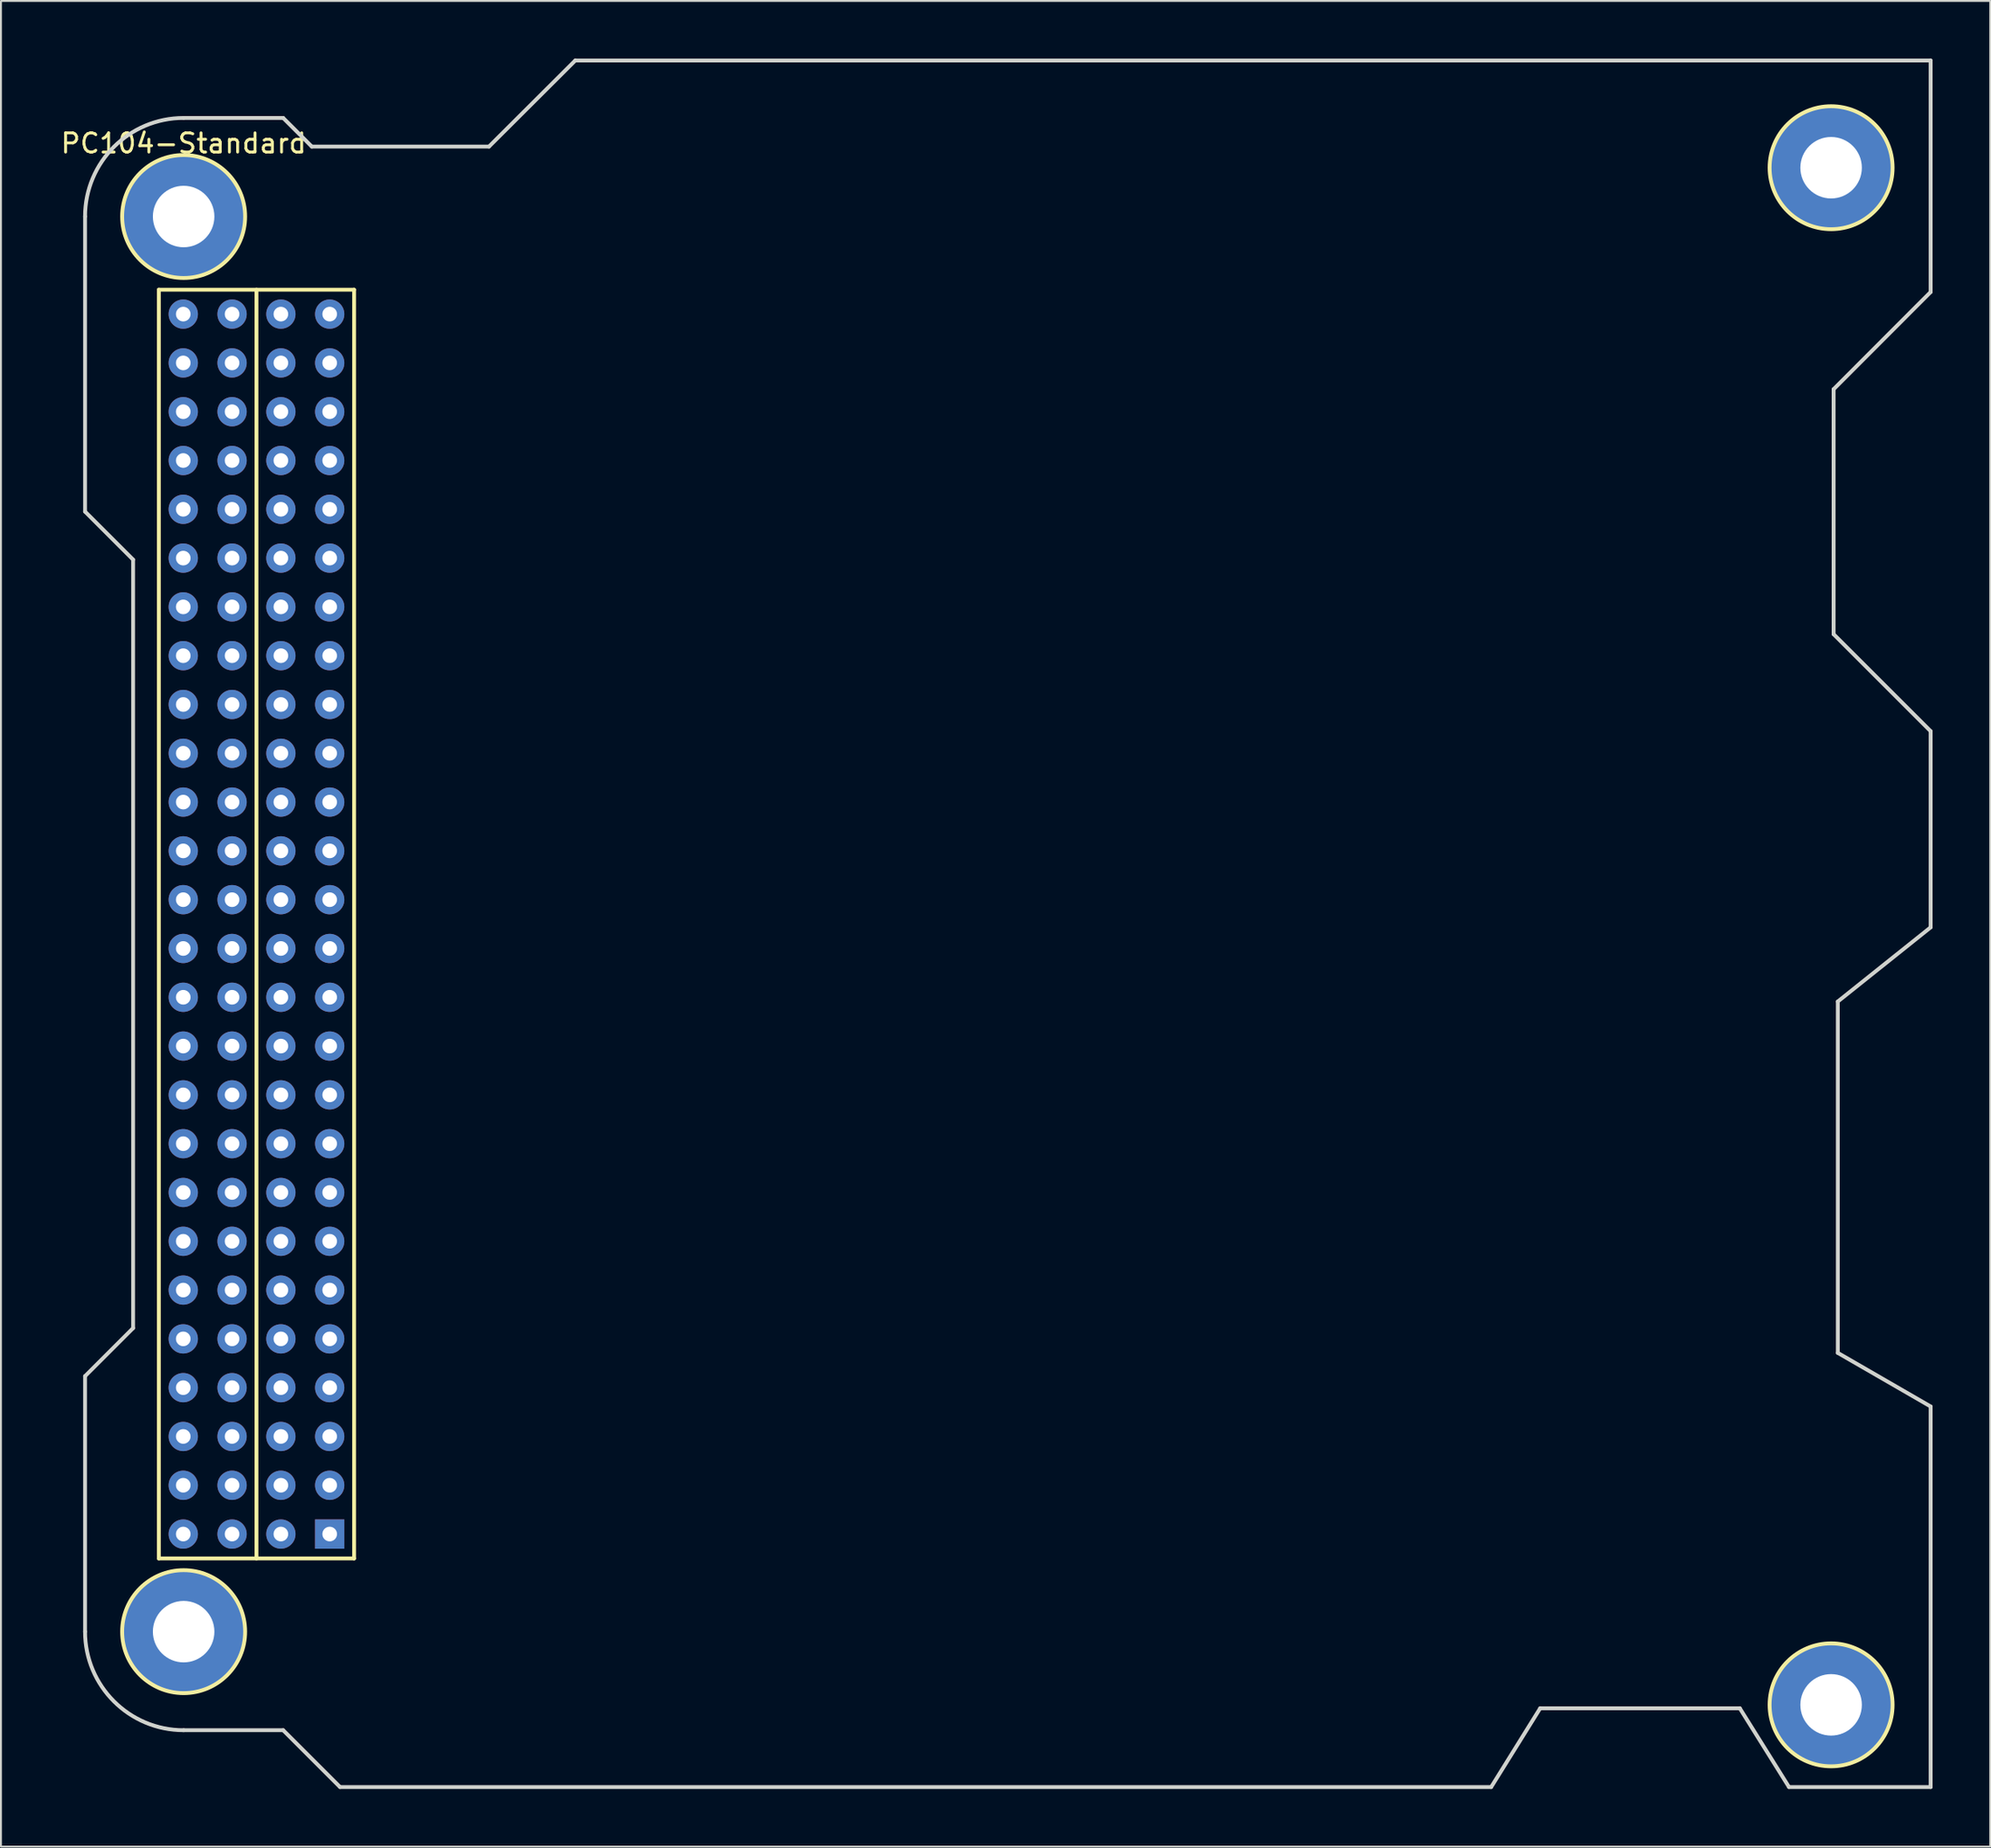
<source format=kicad_pcb>
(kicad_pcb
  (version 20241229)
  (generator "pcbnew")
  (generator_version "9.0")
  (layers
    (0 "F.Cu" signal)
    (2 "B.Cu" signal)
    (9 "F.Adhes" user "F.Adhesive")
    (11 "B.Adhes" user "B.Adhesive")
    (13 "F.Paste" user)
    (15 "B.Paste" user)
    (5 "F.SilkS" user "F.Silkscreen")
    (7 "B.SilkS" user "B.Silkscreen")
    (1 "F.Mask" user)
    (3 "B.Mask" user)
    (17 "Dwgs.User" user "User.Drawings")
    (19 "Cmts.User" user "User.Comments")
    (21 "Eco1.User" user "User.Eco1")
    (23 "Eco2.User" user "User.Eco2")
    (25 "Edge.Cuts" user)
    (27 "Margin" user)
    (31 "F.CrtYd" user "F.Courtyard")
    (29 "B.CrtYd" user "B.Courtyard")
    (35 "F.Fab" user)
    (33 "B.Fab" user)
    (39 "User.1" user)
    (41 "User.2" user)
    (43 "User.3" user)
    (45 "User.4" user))
  (footprint "PC104-Standard"
    (layer "F.Cu")
    (at 6.506 81.88)
    (property "Reference" "PC104-Standard" (at 0 -77.47 0) (layer "F.SilkS") (effects (font (size 1 1) (thickness 0.15))))
    (attr through_hole)
    (fp_line (start -1.29 -69.85) (end 8.87 -69.85) (stroke (width 0.2) (type solid)) (layer "F.SilkS"))
    (fp_line (start -1.29 -3.81) (end -1.29 -69.85) (stroke (width 0.2) (type solid)) (layer "F.SilkS"))
    (fp_line (start 3.79 -69.85) (end 3.79 -3.81) (stroke (width 0.2) (type solid)) (layer "F.SilkS"))
    (fp_line (start 8.87 -69.85) (end 8.87 -3.81) (stroke (width 0.2) (type solid)) (layer "F.SilkS"))
    (fp_line (start 8.87 -3.81) (end -1.29 -3.81) (stroke (width 0.2) (type solid)) (layer "F.SilkS"))
    (fp_circle (center 0 -73.66) (end 3.2 -73.66) (stroke (width 0.2) (type solid)) (fill no) (layer "F.SilkS"))
    (fp_circle (center 0 0) (end 3.2 0) (stroke (width 0.2) (type solid)) (fill no) (layer "F.SilkS"))
    (fp_circle (center 85.73 -76.2) (end 88.93 -76.2) (stroke (width 0.2) (type solid)) (fill no) (layer "F.SilkS"))
    (fp_circle (center 85.73 3.81) (end 88.93 3.81) (stroke (width 0.2) (type solid)) (fill no) (layer "F.SilkS"))
    (fp_line (start -5.13 -58.3) (end -5.13 -73.66) (stroke (width 0.2) (type solid)) (layer "Edge.Cuts"))
    (fp_line (start -5.13 -13.3) (end -5.13 0) (stroke (width 0.2) (type solid)) (layer "Edge.Cuts"))
    (fp_line (start -5.13 -13.3) (end -2.63 -15.8) (stroke (width 0.2) (type solid)) (layer "Edge.Cuts"))
    (fp_line (start -2.63 -55.8) (end -5.13 -58.3) (stroke (width 0.2) (type solid)) (layer "Edge.Cuts"))
    (fp_line (start -2.63 -15.8) (end -2.63 -55.8) (stroke (width 0.2) (type solid)) (layer "Edge.Cuts"))
    (fp_line (start 5.18 -78.79) (end 0 -78.79) (stroke (width 0.2) (type solid)) (layer "Edge.Cuts"))
    (fp_line (start 5.18 -78.79) (end 6.67 -77.3) (stroke (width 0.2) (type solid)) (layer "Edge.Cuts"))
    (fp_line (start 5.18 5.13) (end 0 5.13) (stroke (width 0.2) (type solid)) (layer "Edge.Cuts"))
    (fp_line (start 6.67 -77.3) (end 15.89 -77.3) (stroke (width 0.2) (type solid)) (layer "Edge.Cuts"))
    (fp_line (start 8.14 8.09) (end 5.18 5.13) (stroke (width 0.2) (type solid)) (layer "Edge.Cuts"))
    (fp_line (start 15.89 -77.3) (end 20.38 -81.78) (stroke (width 0.2) (type solid)) (layer "Edge.Cuts"))
    (fp_line (start 20.38 -81.78) (end 90.91 -81.78) (stroke (width 0.2) (type solid)) (layer "Edge.Cuts"))
    (fp_line (start 68.04 8.09) (end 8.14 8.09) (stroke (width 0.2) (type solid)) (layer "Edge.Cuts"))
    (fp_line (start 70.59 3.99) (end 68.04 8.09) (stroke (width 0.2) (type solid)) (layer "Edge.Cuts"))
    (fp_line (start 80.98 3.99) (end 70.59 3.99) (stroke (width 0.2) (type solid)) (layer "Edge.Cuts"))
    (fp_line (start 83.54 8.09) (end 80.98 3.99) (stroke (width 0.2) (type solid)) (layer "Edge.Cuts"))
    (fp_line (start 85.86 -64.67) (end 85.86 -51.92) (stroke (width 0.2) (type solid)) (layer "Edge.Cuts"))
    (fp_line (start 85.86 -51.92) (end 90.91 -46.87) (stroke (width 0.2) (type solid)) (layer "Edge.Cuts"))
    (fp_line (start 86.08 -32.8) (end 86.08 -14.51) (stroke (width 0.2) (type solid)) (layer "Edge.Cuts"))
    (fp_line (start 86.08 -14.51) (end 90.91 -11.72) (stroke (width 0.2) (type solid)) (layer "Edge.Cuts"))
    (fp_line (start 90.91 -81.78) (end 90.91 -69.73) (stroke (width 0.2) (type solid)) (layer "Edge.Cuts"))
    (fp_line (start 90.91 -69.73) (end 85.86 -64.67) (stroke (width 0.2) (type solid)) (layer "Edge.Cuts"))
    (fp_line (start 90.91 -46.87) (end 90.91 -36.66) (stroke (width 0.2) (type solid)) (layer "Edge.Cuts"))
    (fp_line (start 90.91 -36.66) (end 86.08 -32.8) (stroke (width 0.2) (type solid)) (layer "Edge.Cuts"))
    (fp_line (start 90.91 -11.72) (end 90.91 8.09) (stroke (width 0.2) (type solid)) (layer "Edge.Cuts"))
    (fp_line (start 90.91 8.09) (end 83.54 8.09) (stroke (width 0.2) (type solid)) (layer "Edge.Cuts"))
    (fp_arc (start -5.13 -73.66) (mid -3.627458 -77.287458) (end 0 -78.79) (stroke (width 0.2) (type solid)) (layer "Edge.Cuts"))
    (fp_arc (start 0 5.13) (mid -3.627458 3.627458) (end -5.13 0) (stroke (width 0.2) (type solid)) (layer "Edge.Cuts"))
    (pad "" thru_hole circle (at 0 -73.66) (size 6.35 6.35) (drill 3.2) (layers "*.Cu" "*.Mask"))
    (pad "" thru_hole circle (at 0 0) (size 6.35 6.35) (drill 3.2) (layers "*.Cu" "*.Mask"))
    (pad "" thru_hole circle (at 85.73 -76.2) (size 6.35 6.35) (drill 3.2) (layers "*.Cu" "*.Mask"))
    (pad "" thru_hole circle (at 85.73 3.81) (size 6.35 6.35) (drill 3.2) (layers "*.Cu" "*.Mask"))
    (pad "1" thru_hole rect (at 7.6 -5.08) (size 1.524 1.524) (drill 0.762) (layers "*.Cu" "*.Mask"))
    (pad "2" thru_hole circle (at 5.06 -5.08) (size 1.524 1.524) (drill 0.762) (layers "*.Cu" "*.Mask"))
    (pad "3" thru_hole circle (at 7.6 -7.62) (size 1.524 1.524) (drill 0.762) (layers "*.Cu" "*.Mask"))
    (pad "4" thru_hole circle (at 5.06 -7.62) (size 1.524 1.524) (drill 0.762) (layers "*.Cu" "*.Mask"))
    (pad "5" thru_hole circle (at 7.6 -10.16) (size 1.524 1.524) (drill 0.762) (layers "*.Cu" "*.Mask"))
    (pad "6" thru_hole circle (at 5.06 -10.16) (size 1.524 1.524) (drill 0.762) (layers "*.Cu" "*.Mask"))
    (pad "7" thru_hole circle (at 7.6 -12.7) (size 1.524 1.524) (drill 0.762) (layers "*.Cu" "*.Mask"))
    (pad "8" thru_hole circle (at 5.06 -12.7) (size 1.524 1.524) (drill 0.762) (layers "*.Cu" "*.Mask"))
    (pad "9" thru_hole circle (at 7.6 -15.24) (size 1.524 1.524) (drill 0.762) (layers "*.Cu" "*.Mask"))
    (pad "10" thru_hole circle (at 5.06 -15.24) (size 1.524 1.524) (drill 0.762) (layers "*.Cu" "*.Mask"))
    (pad "11" thru_hole circle (at 7.6 -17.78) (size 1.524 1.524) (drill 0.762) (layers "*.Cu" "*.Mask"))
    (pad "12" thru_hole circle (at 5.06 -17.78) (size 1.524 1.524) (drill 0.762) (layers "*.Cu" "*.Mask"))
    (pad "13" thru_hole circle (at 7.6 -20.32) (size 1.524 1.524) (drill 0.762) (layers "*.Cu" "*.Mask"))
    (pad "14" thru_hole circle (at 5.06 -20.32) (size 1.524 1.524) (drill 0.762) (layers "*.Cu" "*.Mask"))
    (pad "15" thru_hole circle (at 7.6 -22.86) (size 1.524 1.524) (drill 0.762) (layers "*.Cu" "*.Mask"))
    (pad "16" thru_hole circle (at 5.06 -22.86) (size 1.524 1.524) (drill 0.762) (layers "*.Cu" "*.Mask"))
    (pad "17" thru_hole circle (at 7.6 -25.4) (size 1.524 1.524) (drill 0.762) (layers "*.Cu" "*.Mask"))
    (pad "18" thru_hole circle (at 5.06 -25.4) (size 1.524 1.524) (drill 0.762) (layers "*.Cu" "*.Mask"))
    (pad "19" thru_hole circle (at 7.6 -27.94) (size 1.524 1.524) (drill 0.762) (layers "*.Cu" "*.Mask"))
    (pad "20" thru_hole circle (at 5.06 -27.94) (size 1.524 1.524) (drill 0.762) (layers "*.Cu" "*.Mask"))
    (pad "21" thru_hole circle (at 7.6 -30.48) (size 1.524 1.524) (drill 0.762) (layers "*.Cu" "*.Mask"))
    (pad "22" thru_hole circle (at 5.06 -30.48) (size 1.524 1.524) (drill 0.762) (layers "*.Cu" "*.Mask"))
    (pad "23" thru_hole circle (at 7.6 -33.02) (size 1.524 1.524) (drill 0.762) (layers "*.Cu" "*.Mask"))
    (pad "24" thru_hole circle (at 5.06 -33.02) (size 1.524 1.524) (drill 0.762) (layers "*.Cu" "*.Mask"))
    (pad "25" thru_hole circle (at 7.6 -35.56) (size 1.524 1.524) (drill 0.762) (layers "*.Cu" "*.Mask"))
    (pad "26" thru_hole circle (at 5.06 -35.56) (size 1.524 1.524) (drill 0.762) (layers "*.Cu" "*.Mask"))
    (pad "27" thru_hole circle (at 7.6 -38.1) (size 1.524 1.524) (drill 0.762) (layers "*.Cu" "*.Mask"))
    (pad "28" thru_hole circle (at 5.06 -38.1) (size 1.524 1.524) (drill 0.762) (layers "*.Cu" "*.Mask"))
    (pad "29" thru_hole circle (at 7.6 -40.64) (size 1.524 1.524) (drill 0.762) (layers "*.Cu" "*.Mask"))
    (pad "30" thru_hole circle (at 5.06 -40.64) (size 1.524 1.524) (drill 0.762) (layers "*.Cu" "*.Mask"))
    (pad "31" thru_hole circle (at 7.6 -43.18) (size 1.524 1.524) (drill 0.762) (layers "*.Cu" "*.Mask"))
    (pad "32" thru_hole circle (at 5.06 -43.18) (size 1.524 1.524) (drill 0.762) (layers "*.Cu" "*.Mask"))
    (pad "33" thru_hole circle (at 7.6 -45.72) (size 1.524 1.524) (drill 0.762) (layers "*.Cu" "*.Mask"))
    (pad "34" thru_hole circle (at 5.06 -45.72) (size 1.524 1.524) (drill 0.762) (layers "*.Cu" "*.Mask"))
    (pad "35" thru_hole circle (at 7.6 -48.26) (size 1.524 1.524) (drill 0.762) (layers "*.Cu" "*.Mask"))
    (pad "36" thru_hole circle (at 5.06 -48.26) (size 1.524 1.524) (drill 0.762) (layers "*.Cu" "*.Mask"))
    (pad "37" thru_hole circle (at 7.6 -50.8) (size 1.524 1.524) (drill 0.762) (layers "*.Cu" "*.Mask"))
    (pad "38" thru_hole circle (at 5.06 -50.8) (size 1.524 1.524) (drill 0.762) (layers "*.Cu" "*.Mask"))
    (pad "39" thru_hole circle (at 7.6 -53.34) (size 1.524 1.524) (drill 0.762) (layers "*.Cu" "*.Mask"))
    (pad "40" thru_hole circle (at 5.06 -53.34) (size 1.524 1.524) (drill 0.762) (layers "*.Cu" "*.Mask"))
    (pad "41" thru_hole circle (at 7.6 -55.88) (size 1.524 1.524) (drill 0.762) (layers "*.Cu" "*.Mask"))
    (pad "42" thru_hole circle (at 5.06 -55.88) (size 1.524 1.524) (drill 0.762) (layers "*.Cu" "*.Mask"))
    (pad "43" thru_hole circle (at 7.6 -58.42) (size 1.524 1.524) (drill 0.762) (layers "*.Cu" "*.Mask"))
    (pad "44" thru_hole circle (at 5.06 -58.42) (size 1.524 1.524) (drill 0.762) (layers "*.Cu" "*.Mask"))
    (pad "45" thru_hole circle (at 7.6 -60.96) (size 1.524 1.524) (drill 0.762) (layers "*.Cu" "*.Mask"))
    (pad "46" thru_hole circle (at 5.06 -60.96) (size 1.524 1.524) (drill 0.762) (layers "*.Cu" "*.Mask"))
    (pad "47" thru_hole circle (at 7.6 -63.5) (size 1.524 1.524) (drill 0.762) (layers "*.Cu" "*.Mask"))
    (pad "48" thru_hole circle (at 5.06 -63.5) (size 1.524 1.524) (drill 0.762) (layers "*.Cu" "*.Mask"))
    (pad "49" thru_hole circle (at 7.6 -66.04) (size 1.524 1.524) (drill 0.762) (layers "*.Cu" "*.Mask"))
    (pad "50" thru_hole circle (at 5.06 -66.04) (size 1.524 1.524) (drill 0.762) (layers "*.Cu" "*.Mask"))
    (pad "51" thru_hole circle (at 7.6 -68.58) (size 1.524 1.524) (drill 0.762) (layers "*.Cu" "*.Mask"))
    (pad "52" thru_hole circle (at 5.06 -68.58) (size 1.524 1.524) (drill 0.762) (layers "*.Cu" "*.Mask"))
    (pad "53" thru_hole circle (at 2.52 -5.08) (size 1.524 1.524) (drill 0.762) (layers "*.Cu" "*.Mask"))
    (pad "54" thru_hole circle (at -0.02 -5.08) (size 1.524 1.524) (drill 0.762) (layers "*.Cu" "*.Mask"))
    (pad "55" thru_hole circle (at 2.52 -7.62) (size 1.524 1.524) (drill 0.762) (layers "*.Cu" "*.Mask"))
    (pad "56" thru_hole circle (at -0.02 -7.62) (size 1.524 1.524) (drill 0.762) (layers "*.Cu" "*.Mask"))
    (pad "57" thru_hole circle (at 2.52 -10.16 90) (size 1.524 1.524) (drill 0.762) (layers "*.Cu" "*.Mask"))
    (pad "58" thru_hole circle (at -0.02 -10.16) (size 1.524 1.524) (drill 0.762) (layers "*.Cu" "*.Mask"))
    (pad "59" thru_hole circle (at 2.52 -12.7) (size 1.524 1.524) (drill 0.762) (layers "*.Cu" "*.Mask"))
    (pad "60" thru_hole circle (at -0.02 -12.7) (size 1.524 1.524) (drill 0.762) (layers "*.Cu" "*.Mask"))
    (pad "61" thru_hole circle (at 2.52 -15.24) (size 1.524 1.524) (drill 0.762) (layers "*.Cu" "*.Mask"))
    (pad "62" thru_hole circle (at -0.02 -15.24) (size 1.524 1.524) (drill 0.762) (layers "*.Cu" "*.Mask"))
    (pad "63" thru_hole circle (at 2.52 -17.78) (size 1.524 1.524) (drill 0.762) (layers "*.Cu" "*.Mask"))
    (pad "64" thru_hole circle (at -0.02 -17.78) (size 1.524 1.524) (drill 0.762) (layers "*.Cu" "*.Mask"))
    (pad "65" thru_hole circle (at 2.52 -20.32) (size 1.524 1.524) (drill 0.762) (layers "*.Cu" "*.Mask"))
    (pad "66" thru_hole circle (at -0.02 -20.32) (size 1.524 1.524) (drill 0.762) (layers "*.Cu" "*.Mask"))
    (pad "67" thru_hole circle (at 2.52 -22.86) (size 1.524 1.524) (drill 0.762) (layers "*.Cu" "*.Mask"))
    (pad "68" thru_hole circle (at -0.02 -22.86) (size 1.524 1.524) (drill 0.762) (layers "*.Cu" "*.Mask"))
    (pad "69" thru_hole circle (at 2.52 -25.4) (size 1.524 1.524) (drill 0.762) (layers "*.Cu" "*.Mask"))
    (pad "70" thru_hole circle (at -0.02 -25.4) (size 1.524 1.524) (drill 0.762) (layers "*.Cu" "*.Mask"))
    (pad "71" thru_hole circle (at 2.52 -27.94) (size 1.524 1.524) (drill 0.762) (layers "*.Cu" "*.Mask"))
    (pad "72" thru_hole circle (at -0.02 -27.94) (size 1.524 1.524) (drill 0.762) (layers "*.Cu" "*.Mask"))
    (pad "73" thru_hole circle (at 2.52 -30.48) (size 1.524 1.524) (drill 0.762) (layers "*.Cu" "*.Mask"))
    (pad "74" thru_hole circle (at -0.02 -30.48) (size 1.524 1.524) (drill 0.762) (layers "*.Cu" "*.Mask"))
    (pad "75" thru_hole circle (at 2.52 -33.02) (size 1.524 1.524) (drill 0.762) (layers "*.Cu" "*.Mask"))
    (pad "76" thru_hole circle (at -0.02 -33.02) (size 1.524 1.524) (drill 0.762) (layers "*.Cu" "*.Mask"))
    (pad "77" thru_hole circle (at 2.52 -35.56) (size 1.524 1.524) (drill 0.762) (layers "*.Cu" "*.Mask"))
    (pad "78" thru_hole circle (at -0.02 -35.56) (size 1.524 1.524) (drill 0.762) (layers "*.Cu" "*.Mask"))
    (pad "79" thru_hole circle (at 2.52 -38.1) (size 1.524 1.524) (drill 0.762) (layers "*.Cu" "*.Mask"))
    (pad "80" thru_hole circle (at -0.02 -38.1) (size 1.524 1.524) (drill 0.762) (layers "*.Cu" "*.Mask"))
    (pad "81" thru_hole circle (at 2.52 -40.64) (size 1.524 1.524) (drill 0.762) (layers "*.Cu" "*.Mask"))
    (pad "82" thru_hole circle (at -0.02 -40.64) (size 1.524 1.524) (drill 0.762) (layers "*.Cu" "*.Mask"))
    (pad "83" thru_hole circle (at 2.52 -43.18) (size 1.524 1.524) (drill 0.762) (layers "*.Cu" "*.Mask"))
    (pad "84" thru_hole circle (at -0.02 -43.18) (size 1.524 1.524) (drill 0.762) (layers "*.Cu" "*.Mask"))
    (pad "85" thru_hole circle (at 2.52 -45.72) (size 1.524 1.524) (drill 0.762) (layers "*.Cu" "*.Mask"))
    (pad "86" thru_hole circle (at -0.02 -45.72) (size 1.524 1.524) (drill 0.762) (layers "*.Cu" "*.Mask"))
    (pad "87" thru_hole circle (at 2.52 -48.26) (size 1.524 1.524) (drill 0.762) (layers "*.Cu" "*.Mask"))
    (pad "88" thru_hole circle (at -0.02 -48.26) (size 1.524 1.524) (drill 0.762) (layers "*.Cu" "*.Mask"))
    (pad "89" thru_hole circle (at 2.52 -50.8) (size 1.524 1.524) (drill 0.762) (layers "*.Cu" "*.Mask"))
    (pad "90" thru_hole circle (at -0.02 -50.8) (size 1.524 1.524) (drill 0.762) (layers "*.Cu" "*.Mask"))
    (pad "91" thru_hole circle (at 2.52 -53.34) (size 1.524 1.524) (drill 0.762) (layers "*.Cu" "*.Mask"))
    (pad "92" thru_hole circle (at -0.02 -53.34) (size 1.524 1.524) (drill 0.762) (layers "*.Cu" "*.Mask"))
    (pad "93" thru_hole circle (at 2.52 -55.88) (size 1.524 1.524) (drill 0.762) (layers "*.Cu" "*.Mask"))
    (pad "94" thru_hole circle (at -0.02 -55.88) (size 1.524 1.524) (drill 0.762) (layers "*.Cu" "*.Mask"))
    (pad "95" thru_hole circle (at 2.52 -58.42) (size 1.524 1.524) (drill 0.762) (layers "*.Cu" "*.Mask"))
    (pad "96" thru_hole circle (at -0.02 -58.42) (size 1.524 1.524) (drill 0.762) (layers "*.Cu" "*.Mask"))
    (pad "97" thru_hole circle (at 2.52 -60.96) (size 1.524 1.524) (drill 0.762) (layers "*.Cu" "*.Mask"))
    (pad "98" thru_hole circle (at -0.02 -60.96) (size 1.524 1.524) (drill 0.762) (layers "*.Cu" "*.Mask"))
    (pad "99" thru_hole circle (at 2.52 -63.5) (size 1.524 1.524) (drill 0.762) (layers "*.Cu" "*.Mask"))
    (pad "100" thru_hole circle (at -0.02 -63.5) (size 1.524 1.524) (drill 0.762) (layers "*.Cu" "*.Mask"))
    (pad "101" thru_hole circle (at 2.52 -66.04) (size 1.524 1.524) (drill 0.762) (layers "*.Cu" "*.Mask"))
    (pad "102" thru_hole circle (at -0.02 -66.04) (size 1.524 1.524) (drill 0.762) (layers "*.Cu" "*.Mask"))
    (pad "103" thru_hole circle (at 2.52 -68.58) (size 1.524 1.524) (drill 0.762) (layers "*.Cu" "*.Mask"))
    (pad "104" thru_hole circle (at -0.02 -68.58) (size 1.524 1.524) (drill 0.762) (layers "*.Cu" "*.Mask")))
  (gr_rect
    (start -3 -3)
    (end 100.516 93.07)
    (stroke (width 0.1) (type default))
    (fill no)
    (layer "Edge.Cuts")))
</source>
